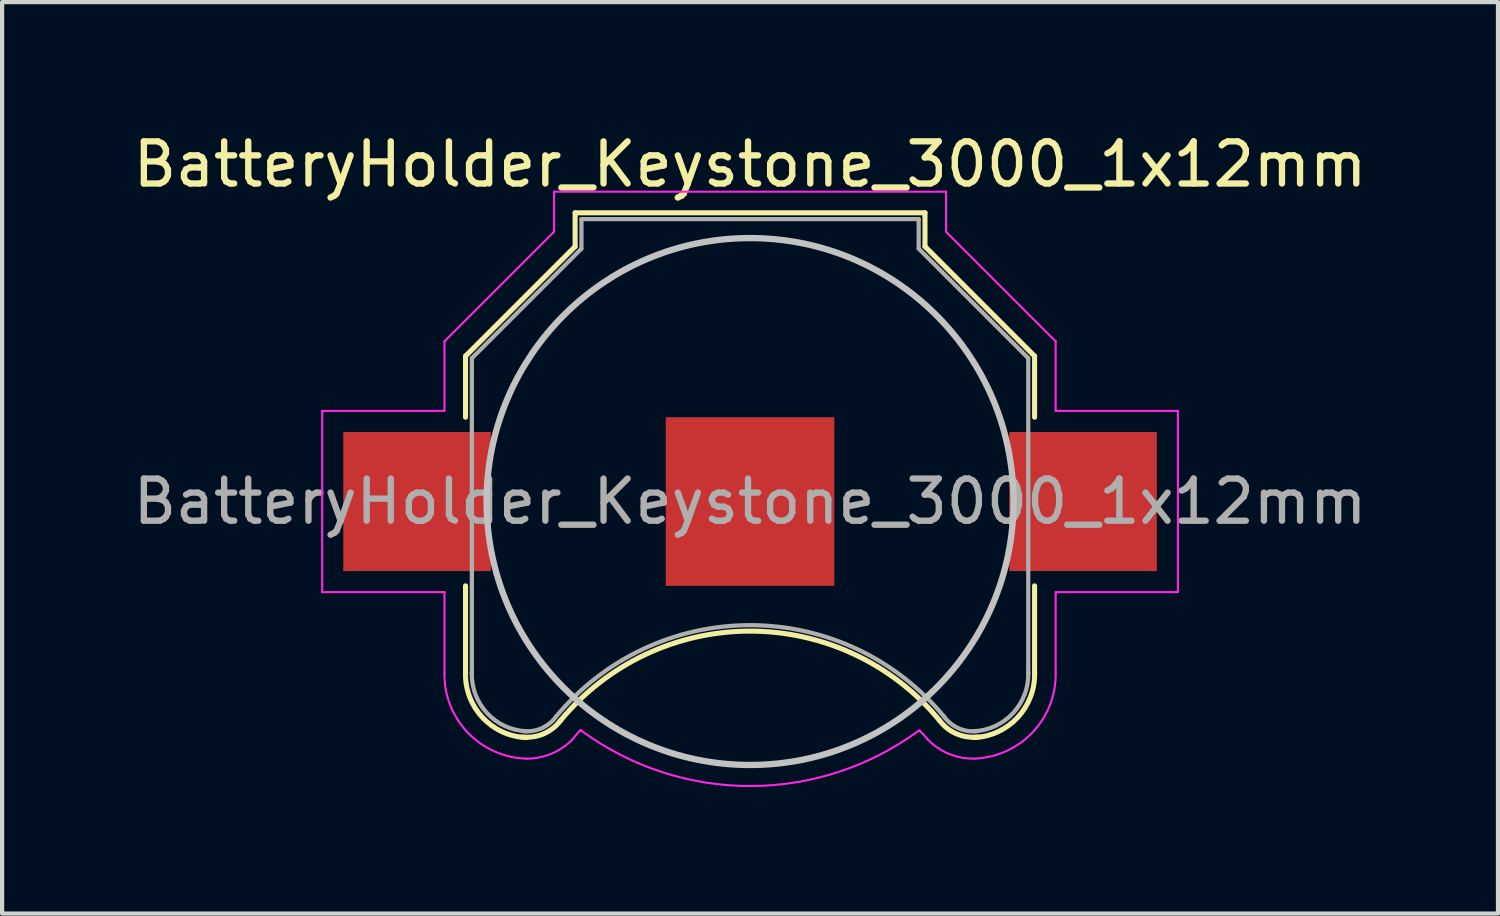
<source format=kicad_pcb>
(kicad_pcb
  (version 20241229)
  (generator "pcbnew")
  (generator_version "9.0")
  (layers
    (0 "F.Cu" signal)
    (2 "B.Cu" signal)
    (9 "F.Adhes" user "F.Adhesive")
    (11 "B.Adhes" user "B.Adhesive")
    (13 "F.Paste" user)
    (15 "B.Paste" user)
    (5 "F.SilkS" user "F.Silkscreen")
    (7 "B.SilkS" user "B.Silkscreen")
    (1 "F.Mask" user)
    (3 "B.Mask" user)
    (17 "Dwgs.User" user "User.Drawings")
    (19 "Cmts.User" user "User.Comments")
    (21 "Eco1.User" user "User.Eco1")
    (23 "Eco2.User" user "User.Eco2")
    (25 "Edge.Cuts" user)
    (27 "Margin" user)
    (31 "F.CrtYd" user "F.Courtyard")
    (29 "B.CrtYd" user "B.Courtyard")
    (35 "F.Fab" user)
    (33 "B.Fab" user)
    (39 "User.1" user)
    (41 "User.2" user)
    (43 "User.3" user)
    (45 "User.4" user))
  (footprint "BatteryHolder_Keystone_3000_1x12mm"
    (layer "F.Cu")
    (at 14.744 8.848)
    (property "Reference" "BatteryHolder_Keystone_3000_1x12mm" (at 0 -8 0) (layer "F.SilkS") (effects (font (size 1 1) (thickness 0.15))))
    (attr smd)
    (fp_line (start -6.75 -3.45) (end -4.15 -6.05) (stroke (width 0.12) (type solid)) (layer "F.SilkS"))
    (fp_line (start -6.75 -2) (end -6.75 -3.45) (stroke (width 0.12) (type solid)) (layer "F.SilkS"))
    (fp_line (start -6.75 2) (end -6.75 4.1) (stroke (width 0.12) (type solid)) (layer "F.SilkS"))
    (fp_line (start -4.15 -6.85) (end 4.15 -6.85) (stroke (width 0.12) (type solid)) (layer "F.SilkS"))
    (fp_line (start -4.15 -6.05) (end -4.15 -6.85) (stroke (width 0.12) (type solid)) (layer "F.SilkS"))
    (fp_line (start 4.15 -6.85) (end 4.15 -6.05) (stroke (width 0.12) (type solid)) (layer "F.SilkS"))
    (fp_line (start 4.15 -6.05) (end 6.75 -3.45) (stroke (width 0.12) (type solid)) (layer "F.SilkS"))
    (fp_line (start 6.75 -3.45) (end 6.75 -2) (stroke (width 0.12) (type solid)) (layer "F.SilkS"))
    (fp_line (start 6.75 2) (end 6.75 4.1) (stroke (width 0.12) (type solid)) (layer "F.SilkS"))
    (fp_arc (start -5.3 5.6) (mid -6.346016 5.125305) (end -6.75 4.05) (stroke (width 0.12) (type solid)) (layer "F.SilkS"))
    (fp_arc (start -4.5 5.2) (mid -4.90584 5.514615) (end -5.414615 5.58416) (stroke (width 0.12) (type solid)) (layer "F.SilkS"))
    (fp_arc (start -4.5 5.2) (mid -0.007341 3.0742) (end 4.490661 5.188671) (stroke (width 0.12) (type solid)) (layer "F.SilkS"))
    (fp_arc (start 5.414615 5.58416) (mid 4.90584 5.514615) (end 4.5 5.2) (stroke (width 0.12) (type solid)) (layer "F.SilkS"))
    (fp_arc (start 6.75 4.05) (mid 6.346016 5.125305) (end 5.3 5.6) (stroke (width 0.12) (type solid)) (layer "F.SilkS"))
    (fp_circle (center 0 0) (end 0 6.25) (stroke (width 0.15) (type solid)) (fill no) (layer "Dwgs.User"))
    (fp_line (start -10.15 -2.15) (end -10.15 2.15) (stroke (width 0.05) (type solid)) (layer "F.CrtYd"))
    (fp_line (start -10.15 2.15) (end -7.25 2.15) (stroke (width 0.05) (type solid)) (layer "F.CrtYd"))
    (fp_line (start -7.25 -3.8) (end -4.65 -6.4) (stroke (width 0.05) (type solid)) (layer "F.CrtYd"))
    (fp_line (start -7.25 -2.15) (end -10.15 -2.15) (stroke (width 0.05) (type solid)) (layer "F.CrtYd"))
    (fp_line (start -7.25 -2.15) (end -7.25 -3.8) (stroke (width 0.05) (type solid)) (layer "F.CrtYd"))
    (fp_line (start -7.25 2.15) (end -7.25 4.05) (stroke (width 0.05) (type solid)) (layer "F.CrtYd"))
    (fp_line (start -4.65 -7.35) (end 4.65 -7.35) (stroke (width 0.05) (type solid)) (layer "F.CrtYd"))
    (fp_line (start -4.65 -6.4) (end -4.65 -7.35) (stroke (width 0.05) (type solid)) (layer "F.CrtYd"))
    (fp_line (start -4.024 5.421) (end -3.999 5.438) (stroke (width 0.05) (type solid)) (layer "F.CrtYd"))
    (fp_line (start 3.992 5.443) (end 4.025 5.433) (stroke (width 0.05) (type solid)) (layer "F.CrtYd"))
    (fp_line (start 4.65 -6.4) (end 4.65 -7.35) (stroke (width 0.05) (type solid)) (layer "F.CrtYd"))
    (fp_line (start 7.25 -3.8) (end 4.65 -6.4) (stroke (width 0.05) (type solid)) (layer "F.CrtYd"))
    (fp_line (start 7.25 -2.15) (end 7.25 -3.8) (stroke (width 0.05) (type solid)) (layer "F.CrtYd"))
    (fp_line (start 7.25 -2.15) (end 10.15 -2.15) (stroke (width 0.05) (type solid)) (layer "F.CrtYd"))
    (fp_line (start 7.25 2.15) (end 7.25 4.05) (stroke (width 0.05) (type solid)) (layer "F.CrtYd"))
    (fp_line (start 10.15 -2.15) (end 10.15 2.15) (stroke (width 0.05) (type solid)) (layer "F.CrtYd"))
    (fp_line (start 10.15 2.15) (end 7.25 2.15) (stroke (width 0.05) (type solid)) (layer "F.CrtYd"))
    (fp_arc (start -5.3 6.1) (mid -6.699569 5.478858) (end -7.25 4.05) (stroke (width 0.05) (type solid)) (layer "F.CrtYd"))
    (fp_arc (start -4.22 5.65) (mid -4.714391 5.984223) (end -5.299994 6.0991) (stroke (width 0.05) (type solid)) (layer "F.CrtYd"))
    (fp_arc (start -4.22 5.65) (mid -4.123743 5.534157) (end -4.024388 5.42096) (stroke (width 0.05) (type solid)) (layer "F.CrtYd"))
    (fp_arc (start 0 6.75) (mid -2.104166 6.413656) (end -3.998636 5.438144) (stroke (width 0.05) (type solid)) (layer "F.CrtYd"))
    (fp_arc (start 3.992138 5.442916) (mid 2.100335 6.414912) (end 0 6.75) (stroke (width 0.05) (type solid)) (layer "F.CrtYd"))
    (fp_arc (start 4.02471 5.432858) (mid 4.123824 5.540108) (end 4.22 5.65) (stroke (width 0.05) (type solid)) (layer "F.CrtYd"))
    (fp_arc (start 5.299994 6.0991) (mid 4.714391 5.984224) (end 4.22 5.65) (stroke (width 0.05) (type solid)) (layer "F.CrtYd"))
    (fp_arc (start 7.25 4.05) (mid 6.699569 5.478858) (end 5.3 6.1) (stroke (width 0.05) (type solid)) (layer "F.CrtYd"))
    (fp_line (start -6.6 -3.4) (end -6.6 4.1) (stroke (width 0.1) (type solid)) (layer "F.Fab"))
    (fp_line (start -4 -6.7) (end -4 -6) (stroke (width 0.1) (type solid)) (layer "F.Fab"))
    (fp_line (start -4 -6.7) (end 4 -6.7) (stroke (width 0.1) (type solid)) (layer "F.Fab"))
    (fp_line (start -4 -6) (end -6.6 -3.4) (stroke (width 0.1) (type solid)) (layer "F.Fab"))
    (fp_line (start 4 -6.7) (end 4 -6) (stroke (width 0.1) (type solid)) (layer "F.Fab"))
    (fp_line (start 4 -6) (end 6.6 -3.4) (stroke (width 0.1) (type solid)) (layer "F.Fab"))
    (fp_line (start 6.6 -3.4) (end 6.6 4.1) (stroke (width 0.1) (type solid)) (layer "F.Fab"))
    (fp_arc (start -5.3 5.45) (mid -6.239949 5.019239) (end -6.6 4.05) (stroke (width 0.1) (type solid)) (layer "F.Fab"))
    (fp_arc (start -4.6 5.1) (mid -4.942443 5.378013) (end -5.378013 5.447558) (stroke (width 0.1) (type solid)) (layer "F.Fab"))
    (fp_arc (start -4.6 5.1) (mid 0.006214 2.93343) (end 4.607905 5.109589) (stroke (width 0.1) (type solid)) (layer "F.Fab"))
    (fp_arc (start 5.378013 5.447558) (mid 4.942442 5.378013) (end 4.6 5.1) (stroke (width 0.1) (type solid)) (layer "F.Fab"))
    (fp_arc (start 6.6 4.05) (mid 6.239949 5.019239) (end 5.3 5.45) (stroke (width 0.1) (type solid)) (layer "F.Fab"))
    (fp_text user "${REFERENCE}" (at 0 0 0) (layer "F.Fab") (effects (font (size 1 1) (thickness 0.15))))
    (pad "1" smd rect (at -7.9 0) (size 3.5 3.3) (layers "F.Cu" "F.Mask" "F.Paste"))
    (pad "1" smd rect (at 7.9 0) (size 3.5 3.3) (layers "F.Cu" "F.Mask" "F.Paste"))
    (pad "2" smd rect (at 0 0) (size 4 4) (layers "F.Cu" "F.Mask")))
  (gr_rect
    (start -3 -3)
    (end 32.488 18.623)
    (stroke (width 0.1) (type default))
    (fill no)
    (layer "Edge.Cuts")))
</source>
